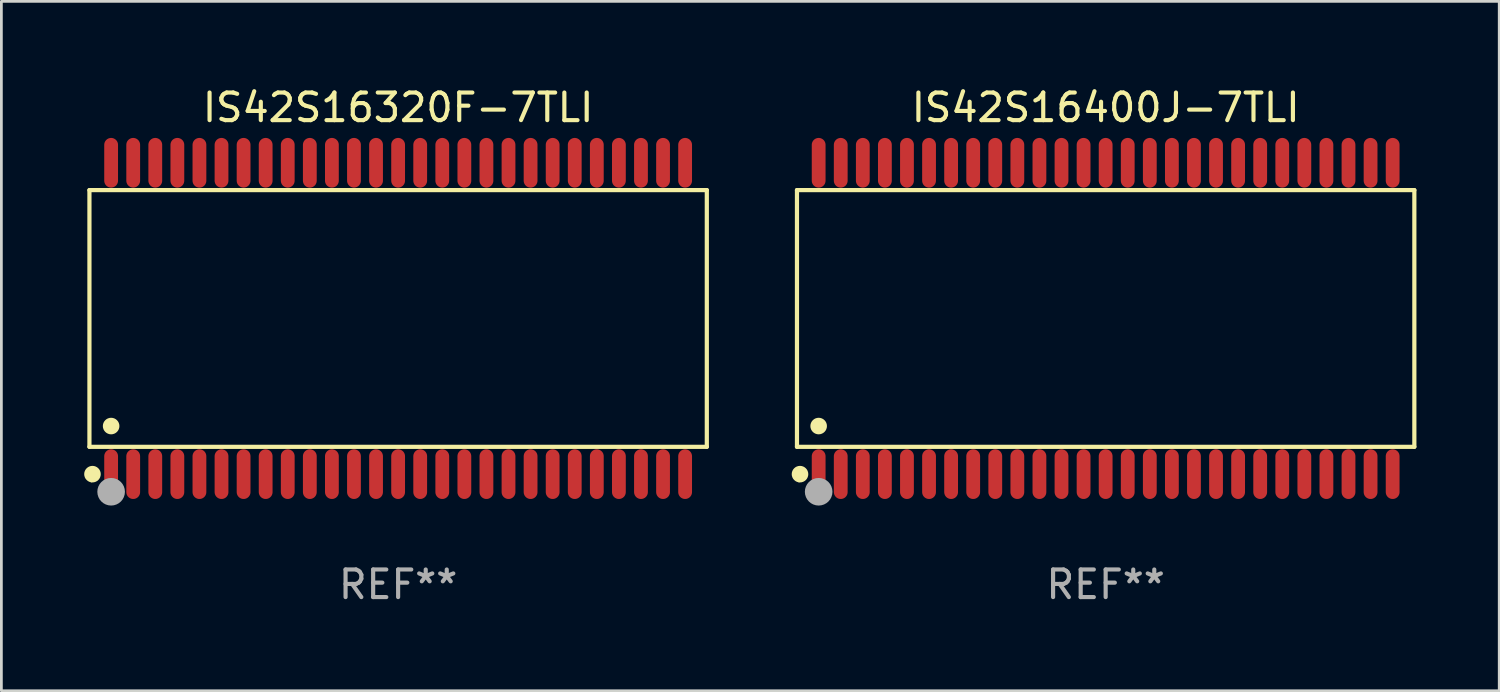
<source format=kicad_pcb>
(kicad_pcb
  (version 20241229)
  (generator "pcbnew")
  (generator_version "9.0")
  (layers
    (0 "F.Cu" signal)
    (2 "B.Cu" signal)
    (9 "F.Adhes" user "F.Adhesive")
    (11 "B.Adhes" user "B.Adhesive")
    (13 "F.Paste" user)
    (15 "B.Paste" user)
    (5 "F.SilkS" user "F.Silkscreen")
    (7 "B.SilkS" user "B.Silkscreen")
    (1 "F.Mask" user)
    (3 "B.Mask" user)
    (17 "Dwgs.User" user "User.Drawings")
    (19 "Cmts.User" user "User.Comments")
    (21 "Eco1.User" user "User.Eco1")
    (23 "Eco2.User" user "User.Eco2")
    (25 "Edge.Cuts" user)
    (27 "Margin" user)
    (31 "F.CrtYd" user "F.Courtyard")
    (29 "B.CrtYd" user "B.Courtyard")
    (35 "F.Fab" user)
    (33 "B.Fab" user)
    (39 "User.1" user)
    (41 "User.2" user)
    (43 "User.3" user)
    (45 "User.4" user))
  (footprint "IS42S16320F-7TLI"
    (layer "F.Cu")
    (at 11.377 8.49)
    (property "Reference" "IS42S16320F-7TLI" (at 0 -7.642 0) (layer "F.SilkS") (effects (font (size 1 1) (thickness 0.15))))
    (attr through_hole)
    (fp_line (start -11.186 -4.651) (end 11.186 -4.651) (stroke (width 0.152) (type solid)) (layer "F.SilkS"))
    (fp_line (start -11.186 4.651) (end -11.186 -4.651) (stroke (width 0.152) (type solid)) (layer "F.SilkS"))
    (fp_line (start 11.186 -4.651) (end 11.186 4.651) (stroke (width 0.152) (type solid)) (layer "F.SilkS"))
    (fp_line (start 11.186 4.651) (end -11.186 4.651) (stroke (width 0.152) (type solid)) (layer "F.SilkS"))
    (fp_circle (center -11.11 5.88) (end -11.08 5.88) (stroke (width 0.06) (type solid)) (fill no) (layer "F.SilkS"))
    (fp_circle (center -11.076 5.642) (end -10.926 5.642) (stroke (width 0.3) (type solid)) (fill no) (layer "F.SilkS"))
    (fp_circle (center -10.4 3.899) (end -10.25 3.899) (stroke (width 0.3) (type solid)) (fill no) (layer "F.SilkS"))
    (fp_circle (center -10.4 6.28) (end -10.15 6.28) (stroke (width 0.5) (type solid)) (fill no) (layer "F.Fab"))
    (fp_text user "REF**" (at 0 9.642 0) (layer "F.Fab") (effects (font (size 1 1) (thickness 0.15))))
    (pad "1" smd oval (at -10.4 5.642) (size 0.5 1.8) (layers "F.Cu" "F.Mask" "F.Paste"))
    (pad "2" smd oval (at -9.6 5.642) (size 0.5 1.8) (layers "F.Cu" "F.Mask" "F.Paste"))
    (pad "3" smd oval (at -8.8 5.642) (size 0.5 1.8) (layers "F.Cu" "F.Mask" "F.Paste"))
    (pad "4" smd oval (at -8 5.642) (size 0.5 1.8) (layers "F.Cu" "F.Mask" "F.Paste"))
    (pad "5" smd oval (at -7.2 5.642) (size 0.5 1.8) (layers "F.Cu" "F.Mask" "F.Paste"))
    (pad "6" smd oval (at -6.4 5.642) (size 0.5 1.8) (layers "F.Cu" "F.Mask" "F.Paste"))
    (pad "7" smd oval (at -5.6 5.642) (size 0.5 1.8) (layers "F.Cu" "F.Mask" "F.Paste"))
    (pad "8" smd oval (at -4.8 5.642) (size 0.5 1.8) (layers "F.Cu" "F.Mask" "F.Paste"))
    (pad "9" smd oval (at -4 5.642) (size 0.5 1.8) (layers "F.Cu" "F.Mask" "F.Paste"))
    (pad "10" smd oval (at -3.2 5.642) (size 0.5 1.8) (layers "F.Cu" "F.Mask" "F.Paste"))
    (pad "11" smd oval (at -2.4 5.642) (size 0.5 1.8) (layers "F.Cu" "F.Mask" "F.Paste"))
    (pad "12" smd oval (at -1.6 5.642) (size 0.5 1.8) (layers "F.Cu" "F.Mask" "F.Paste"))
    (pad "13" smd oval (at -0.8 5.642) (size 0.5 1.8) (layers "F.Cu" "F.Mask" "F.Paste"))
    (pad "14" smd oval (at 0 5.642) (size 0.5 1.8) (layers "F.Cu" "F.Mask" "F.Paste"))
    (pad "15" smd oval (at 0.8 5.642) (size 0.5 1.8) (layers "F.Cu" "F.Mask" "F.Paste"))
    (pad "16" smd oval (at 1.6 5.642) (size 0.5 1.8) (layers "F.Cu" "F.Mask" "F.Paste"))
    (pad "17" smd oval (at 2.4 5.642) (size 0.5 1.8) (layers "F.Cu" "F.Mask" "F.Paste"))
    (pad "18" smd oval (at 3.2 5.642) (size 0.5 1.8) (layers "F.Cu" "F.Mask" "F.Paste"))
    (pad "19" smd oval (at 4 5.642) (size 0.5 1.8) (layers "F.Cu" "F.Mask" "F.Paste"))
    (pad "20" smd oval (at 4.8 5.642) (size 0.5 1.8) (layers "F.Cu" "F.Mask" "F.Paste"))
    (pad "21" smd oval (at 5.6 5.642) (size 0.5 1.8) (layers "F.Cu" "F.Mask" "F.Paste"))
    (pad "22" smd oval (at 6.4 5.642) (size 0.5 1.8) (layers "F.Cu" "F.Mask" "F.Paste"))
    (pad "23" smd oval (at 7.2 5.642) (size 0.5 1.8) (layers "F.Cu" "F.Mask" "F.Paste"))
    (pad "24" smd oval (at 8 5.642) (size 0.5 1.8) (layers "F.Cu" "F.Mask" "F.Paste"))
    (pad "25" smd oval (at 8.8 5.642) (size 0.5 1.8) (layers "F.Cu" "F.Mask" "F.Paste"))
    (pad "26" smd oval (at 9.6 5.642) (size 0.5 1.8) (layers "F.Cu" "F.Mask" "F.Paste"))
    (pad "27" smd oval (at 10.4 5.642) (size 0.5 1.8) (layers "F.Cu" "F.Mask" "F.Paste"))
    (pad "28" smd oval (at 10.4 -5.642) (size 0.5 1.8) (layers "F.Cu" "F.Mask" "F.Paste"))
    (pad "29" smd oval (at 9.6 -5.642) (size 0.5 1.8) (layers "F.Cu" "F.Mask" "F.Paste"))
    (pad "30" smd oval (at 8.8 -5.642) (size 0.5 1.8) (layers "F.Cu" "F.Mask" "F.Paste"))
    (pad "31" smd oval (at 8 -5.642) (size 0.5 1.8) (layers "F.Cu" "F.Mask" "F.Paste"))
    (pad "32" smd oval (at 7.2 -5.642) (size 0.5 1.8) (layers "F.Cu" "F.Mask" "F.Paste"))
    (pad "33" smd oval (at 6.4 -5.642) (size 0.5 1.8) (layers "F.Cu" "F.Mask" "F.Paste"))
    (pad "34" smd oval (at 5.6 -5.642) (size 0.5 1.8) (layers "F.Cu" "F.Mask" "F.Paste"))
    (pad "35" smd oval (at 4.8 -5.642) (size 0.5 1.8) (layers "F.Cu" "F.Mask" "F.Paste"))
    (pad "36" smd oval (at 4 -5.642) (size 0.5 1.8) (layers "F.Cu" "F.Mask" "F.Paste"))
    (pad "37" smd oval (at 3.2 -5.642) (size 0.5 1.8) (layers "F.Cu" "F.Mask" "F.Paste"))
    (pad "38" smd oval (at 2.4 -5.642) (size 0.5 1.8) (layers "F.Cu" "F.Mask" "F.Paste"))
    (pad "39" smd oval (at 1.6 -5.642) (size 0.5 1.8) (layers "F.Cu" "F.Mask" "F.Paste"))
    (pad "40" smd oval (at 0.8 -5.642) (size 0.5 1.8) (layers "F.Cu" "F.Mask" "F.Paste"))
    (pad "41" smd oval (at 0 -5.642) (size 0.5 1.8) (layers "F.Cu" "F.Mask" "F.Paste"))
    (pad "42" smd oval (at -0.8 -5.642) (size 0.5 1.8) (layers "F.Cu" "F.Mask" "F.Paste"))
    (pad "43" smd oval (at -1.6 -5.642) (size 0.5 1.8) (layers "F.Cu" "F.Mask" "F.Paste"))
    (pad "44" smd oval (at -2.4 -5.642) (size 0.5 1.8) (layers "F.Cu" "F.Mask" "F.Paste"))
    (pad "45" smd oval (at -3.2 -5.642) (size 0.5 1.8) (layers "F.Cu" "F.Mask" "F.Paste"))
    (pad "46" smd oval (at -4 -5.642) (size 0.5 1.8) (layers "F.Cu" "F.Mask" "F.Paste"))
    (pad "47" smd oval (at -4.8 -5.642) (size 0.5 1.8) (layers "F.Cu" "F.Mask" "F.Paste"))
    (pad "48" smd oval (at -5.6 -5.642) (size 0.5 1.8) (layers "F.Cu" "F.Mask" "F.Paste"))
    (pad "49" smd oval (at -6.4 -5.642) (size 0.5 1.8) (layers "F.Cu" "F.Mask" "F.Paste"))
    (pad "50" smd oval (at -7.2 -5.642) (size 0.5 1.8) (layers "F.Cu" "F.Mask" "F.Paste"))
    (pad "51" smd oval (at -8 -5.642) (size 0.5 1.8) (layers "F.Cu" "F.Mask" "F.Paste"))
    (pad "52" smd oval (at -8.8 -5.642) (size 0.5 1.8) (layers "F.Cu" "F.Mask" "F.Paste"))
    (pad "53" smd oval (at -9.6 -5.642) (size 0.5 1.8) (layers "F.Cu" "F.Mask" "F.Paste"))
    (pad "54" smd oval (at -10.4 -5.642) (size 0.5 1.8) (layers "F.Cu" "F.Mask" "F.Paste")))
  (footprint "IS42S16400J-7TLI"
    (layer "F.Cu")
    (at 37.016 8.49)
    (property "Reference" "IS42S16400J-7TLI" (at 0 -7.642 0) (layer "F.SilkS") (effects (font (size 1 1) (thickness 0.15))))
    (attr through_hole)
    (fp_line (start -11.186 -4.651) (end 11.186 -4.651) (stroke (width 0.152) (type solid)) (layer "F.SilkS"))
    (fp_line (start -11.186 4.651) (end -11.186 -4.651) (stroke (width 0.152) (type solid)) (layer "F.SilkS"))
    (fp_line (start 11.186 -4.651) (end 11.186 4.651) (stroke (width 0.152) (type solid)) (layer "F.SilkS"))
    (fp_line (start 11.186 4.651) (end -11.186 4.651) (stroke (width 0.152) (type solid)) (layer "F.SilkS"))
    (fp_circle (center -11.11 5.88) (end -11.08 5.88) (stroke (width 0.06) (type solid)) (fill no) (layer "F.SilkS"))
    (fp_circle (center -11.076 5.642) (end -10.926 5.642) (stroke (width 0.3) (type solid)) (fill no) (layer "F.SilkS"))
    (fp_circle (center -10.4 3.899) (end -10.25 3.899) (stroke (width 0.3) (type solid)) (fill no) (layer "F.SilkS"))
    (fp_circle (center -10.4 6.28) (end -10.15 6.28) (stroke (width 0.5) (type solid)) (fill no) (layer "F.Fab"))
    (fp_text user "REF**" (at 0 9.642 0) (layer "F.Fab") (effects (font (size 1 1) (thickness 0.15))))
    (pad "1" smd oval (at -10.4 5.642) (size 0.5 1.8) (layers "F.Cu" "F.Mask" "F.Paste"))
    (pad "2" smd oval (at -9.6 5.642) (size 0.5 1.8) (layers "F.Cu" "F.Mask" "F.Paste"))
    (pad "3" smd oval (at -8.8 5.642) (size 0.5 1.8) (layers "F.Cu" "F.Mask" "F.Paste"))
    (pad "4" smd oval (at -8 5.642) (size 0.5 1.8) (layers "F.Cu" "F.Mask" "F.Paste"))
    (pad "5" smd oval (at -7.2 5.642) (size 0.5 1.8) (layers "F.Cu" "F.Mask" "F.Paste"))
    (pad "6" smd oval (at -6.4 5.642) (size 0.5 1.8) (layers "F.Cu" "F.Mask" "F.Paste"))
    (pad "7" smd oval (at -5.6 5.642) (size 0.5 1.8) (layers "F.Cu" "F.Mask" "F.Paste"))
    (pad "8" smd oval (at -4.8 5.642) (size 0.5 1.8) (layers "F.Cu" "F.Mask" "F.Paste"))
    (pad "9" smd oval (at -4 5.642) (size 0.5 1.8) (layers "F.Cu" "F.Mask" "F.Paste"))
    (pad "10" smd oval (at -3.2 5.642) (size 0.5 1.8) (layers "F.Cu" "F.Mask" "F.Paste"))
    (pad "11" smd oval (at -2.4 5.642) (size 0.5 1.8) (layers "F.Cu" "F.Mask" "F.Paste"))
    (pad "12" smd oval (at -1.6 5.642) (size 0.5 1.8) (layers "F.Cu" "F.Mask" "F.Paste"))
    (pad "13" smd oval (at -0.8 5.642) (size 0.5 1.8) (layers "F.Cu" "F.Mask" "F.Paste"))
    (pad "14" smd oval (at 0 5.642) (size 0.5 1.8) (layers "F.Cu" "F.Mask" "F.Paste"))
    (pad "15" smd oval (at 0.8 5.642) (size 0.5 1.8) (layers "F.Cu" "F.Mask" "F.Paste"))
    (pad "16" smd oval (at 1.6 5.642) (size 0.5 1.8) (layers "F.Cu" "F.Mask" "F.Paste"))
    (pad "17" smd oval (at 2.4 5.642) (size 0.5 1.8) (layers "F.Cu" "F.Mask" "F.Paste"))
    (pad "18" smd oval (at 3.2 5.642) (size 0.5 1.8) (layers "F.Cu" "F.Mask" "F.Paste"))
    (pad "19" smd oval (at 4 5.642) (size 0.5 1.8) (layers "F.Cu" "F.Mask" "F.Paste"))
    (pad "20" smd oval (at 4.8 5.642) (size 0.5 1.8) (layers "F.Cu" "F.Mask" "F.Paste"))
    (pad "21" smd oval (at 5.6 5.642) (size 0.5 1.8) (layers "F.Cu" "F.Mask" "F.Paste"))
    (pad "22" smd oval (at 6.4 5.642) (size 0.5 1.8) (layers "F.Cu" "F.Mask" "F.Paste"))
    (pad "23" smd oval (at 7.2 5.642) (size 0.5 1.8) (layers "F.Cu" "F.Mask" "F.Paste"))
    (pad "24" smd oval (at 8 5.642) (size 0.5 1.8) (layers "F.Cu" "F.Mask" "F.Paste"))
    (pad "25" smd oval (at 8.8 5.642) (size 0.5 1.8) (layers "F.Cu" "F.Mask" "F.Paste"))
    (pad "26" smd oval (at 9.6 5.642) (size 0.5 1.8) (layers "F.Cu" "F.Mask" "F.Paste"))
    (pad "27" smd oval (at 10.4 5.642) (size 0.5 1.8) (layers "F.Cu" "F.Mask" "F.Paste"))
    (pad "28" smd oval (at 10.4 -5.642) (size 0.5 1.8) (layers "F.Cu" "F.Mask" "F.Paste"))
    (pad "29" smd oval (at 9.6 -5.642) (size 0.5 1.8) (layers "F.Cu" "F.Mask" "F.Paste"))
    (pad "30" smd oval (at 8.8 -5.642) (size 0.5 1.8) (layers "F.Cu" "F.Mask" "F.Paste"))
    (pad "31" smd oval (at 8 -5.642) (size 0.5 1.8) (layers "F.Cu" "F.Mask" "F.Paste"))
    (pad "32" smd oval (at 7.2 -5.642) (size 0.5 1.8) (layers "F.Cu" "F.Mask" "F.Paste"))
    (pad "33" smd oval (at 6.4 -5.642) (size 0.5 1.8) (layers "F.Cu" "F.Mask" "F.Paste"))
    (pad "34" smd oval (at 5.6 -5.642) (size 0.5 1.8) (layers "F.Cu" "F.Mask" "F.Paste"))
    (pad "35" smd oval (at 4.8 -5.642) (size 0.5 1.8) (layers "F.Cu" "F.Mask" "F.Paste"))
    (pad "36" smd oval (at 4 -5.642) (size 0.5 1.8) (layers "F.Cu" "F.Mask" "F.Paste"))
    (pad "37" smd oval (at 3.2 -5.642) (size 0.5 1.8) (layers "F.Cu" "F.Mask" "F.Paste"))
    (pad "38" smd oval (at 2.4 -5.642) (size 0.5 1.8) (layers "F.Cu" "F.Mask" "F.Paste"))
    (pad "39" smd oval (at 1.6 -5.642) (size 0.5 1.8) (layers "F.Cu" "F.Mask" "F.Paste"))
    (pad "40" smd oval (at 0.8 -5.642) (size 0.5 1.8) (layers "F.Cu" "F.Mask" "F.Paste"))
    (pad "41" smd oval (at 0 -5.642) (size 0.5 1.8) (layers "F.Cu" "F.Mask" "F.Paste"))
    (pad "42" smd oval (at -0.8 -5.642) (size 0.5 1.8) (layers "F.Cu" "F.Mask" "F.Paste"))
    (pad "43" smd oval (at -1.6 -5.642) (size 0.5 1.8) (layers "F.Cu" "F.Mask" "F.Paste"))
    (pad "44" smd oval (at -2.4 -5.642) (size 0.5 1.8) (layers "F.Cu" "F.Mask" "F.Paste"))
    (pad "45" smd oval (at -3.2 -5.642) (size 0.5 1.8) (layers "F.Cu" "F.Mask" "F.Paste"))
    (pad "46" smd oval (at -4 -5.642) (size 0.5 1.8) (layers "F.Cu" "F.Mask" "F.Paste"))
    (pad "47" smd oval (at -4.8 -5.642) (size 0.5 1.8) (layers "F.Cu" "F.Mask" "F.Paste"))
    (pad "48" smd oval (at -5.6 -5.642) (size 0.5 1.8) (layers "F.Cu" "F.Mask" "F.Paste"))
    (pad "49" smd oval (at -6.4 -5.642) (size 0.5 1.8) (layers "F.Cu" "F.Mask" "F.Paste"))
    (pad "50" smd oval (at -7.2 -5.642) (size 0.5 1.8) (layers "F.Cu" "F.Mask" "F.Paste"))
    (pad "51" smd oval (at -8 -5.642) (size 0.5 1.8) (layers "F.Cu" "F.Mask" "F.Paste"))
    (pad "52" smd oval (at -8.8 -5.642) (size 0.5 1.8) (layers "F.Cu" "F.Mask" "F.Paste"))
    (pad "53" smd oval (at -9.6 -5.642) (size 0.5 1.8) (layers "F.Cu" "F.Mask" "F.Paste"))
    (pad "54" smd oval (at -10.4 -5.642) (size 0.5 1.8) (layers "F.Cu" "F.Mask" "F.Paste")))
  (gr_rect
    (start -3 -3)
    (end 51.278 21.981)
    (stroke (width 0.1) (type default))
    (fill no)
    (layer "Edge.Cuts")))
</source>
